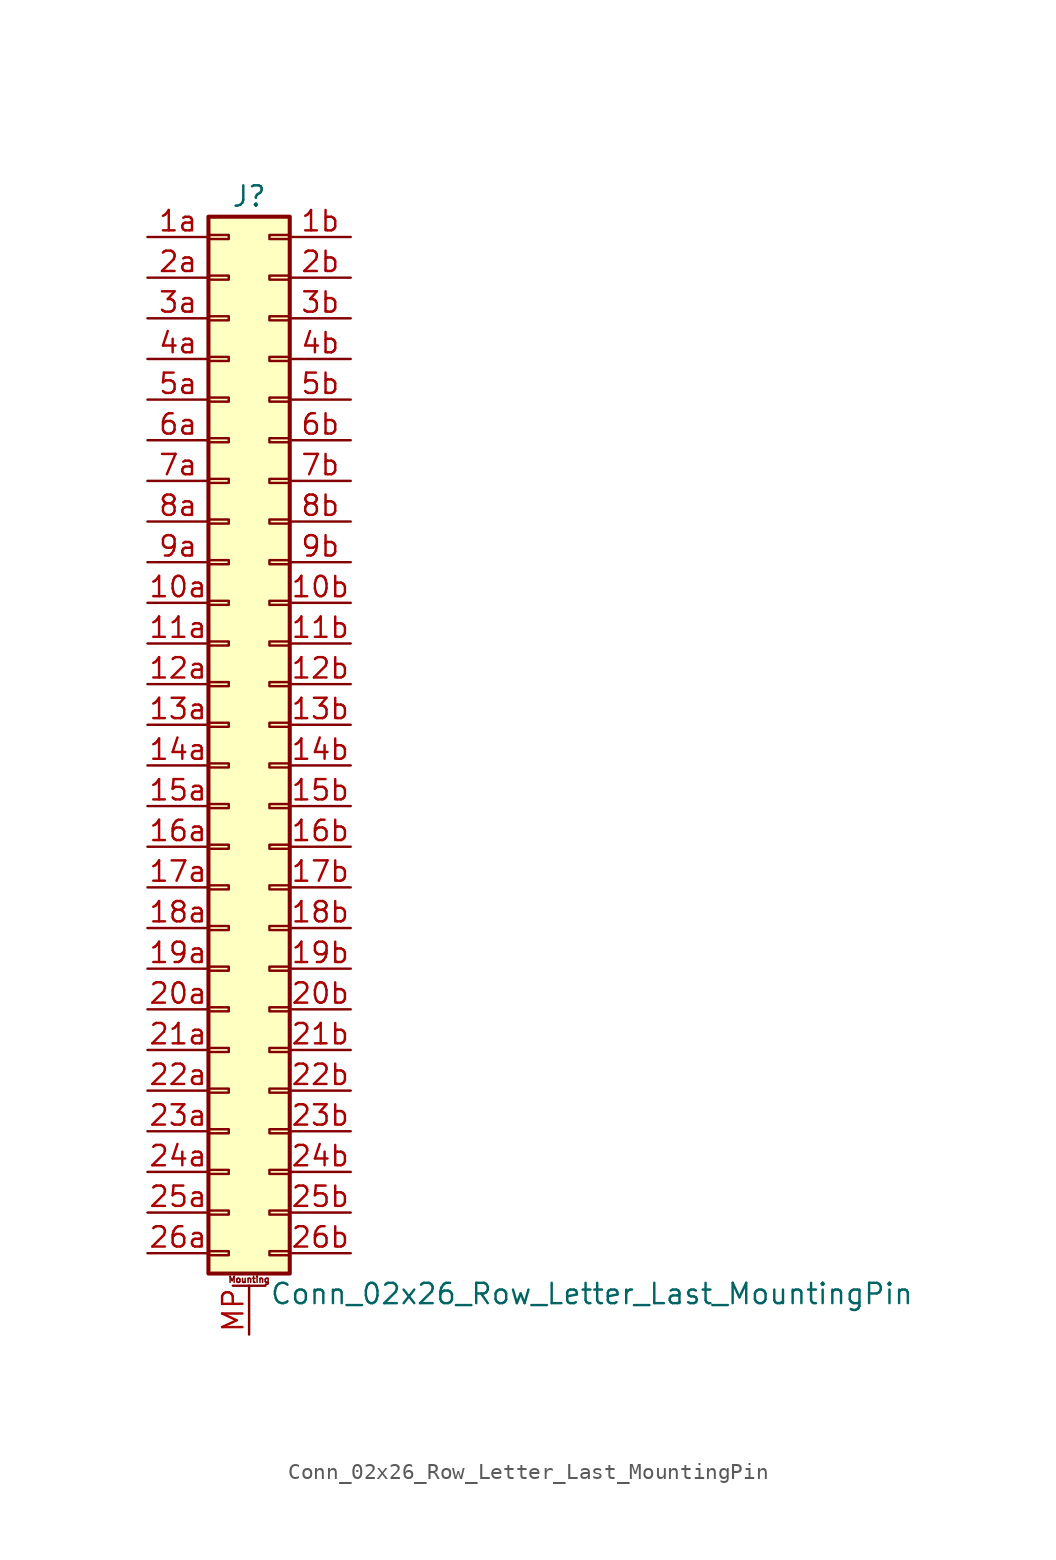
<source format=kicad_sym>
(kicad_symbol_lib
  (version 20211014)
  (generator kicad_symbol_editor)
  (symbol "Conn_02x26_Row_Letter_Last_MountingPin"
    (pin_names
      (offset 1.016) hide)
    (property "Reference" "J"
      (at 1.27 33.02 0)
      (effects (font (size 1.27 1.27))))
    (property "Value" "Conn_02x26_Row_Letter_Last_MountingPin"
      (at 2.54 -35.56 0)
      (effects (font (size 1.27 1.27)) (justify left)))
    (symbol "Conn_02x26_Row_Letter_Last_MountingPin_1_1"
      (rectangle (start -1.27 -32.893) (end 0 -33.147) (stroke (width 0.152) (type default) (color 0 0 0 0)) (fill (type none)))
      (rectangle (start -1.27 -30.353) (end 0 -30.607) (stroke (width 0.152) (type default) (color 0 0 0 0)) (fill (type none)))
      (rectangle (start -1.27 -27.813) (end 0 -28.067) (stroke (width 0.152) (type default) (color 0 0 0 0)) (fill (type none)))
      (rectangle (start -1.27 -25.273) (end 0 -25.527) (stroke (width 0.152) (type default) (color 0 0 0 0)) (fill (type none)))
      (rectangle (start -1.27 -22.733) (end 0 -22.987) (stroke (width 0.152) (type default) (color 0 0 0 0)) (fill (type none)))
      (rectangle (start -1.27 -20.193) (end 0 -20.447) (stroke (width 0.152) (type default) (color 0 0 0 0)) (fill (type none)))
      (rectangle (start -1.27 -17.653) (end 0 -17.907) (stroke (width 0.152) (type default) (color 0 0 0 0)) (fill (type none)))
      (rectangle (start -1.27 -15.113) (end 0 -15.367) (stroke (width 0.152) (type default) (color 0 0 0 0)) (fill (type none)))
      (rectangle (start -1.27 -12.573) (end 0 -12.827) (stroke (width 0.152) (type default) (color 0 0 0 0)) (fill (type none)))
      (rectangle (start -1.27 -10.033) (end 0 -10.287) (stroke (width 0.152) (type default) (color 0 0 0 0)) (fill (type none)))
      (rectangle (start -1.27 -7.493) (end 0 -7.747) (stroke (width 0.152) (type default) (color 0 0 0 0)) (fill (type none)))
      (rectangle (start -1.27 -4.953) (end 0 -5.207) (stroke (width 0.152) (type default) (color 0 0 0 0)) (fill (type none)))
      (rectangle (start -1.27 -2.413) (end 0 -2.667) (stroke (width 0.152) (type default) (color 0 0 0 0)) (fill (type none)))
      (rectangle (start -1.27 0.127) (end 0 -0.127) (stroke (width 0.152) (type default) (color 0 0 0 0)) (fill (type none)))
      (rectangle (start -1.27 2.667) (end 0 2.413) (stroke (width 0.152) (type default) (color 0 0 0 0)) (fill (type none)))
      (rectangle (start -1.27 5.207) (end 0 4.953) (stroke (width 0.152) (type default) (color 0 0 0 0)) (fill (type none)))
      (rectangle (start -1.27 7.747) (end 0 7.493) (stroke (width 0.152) (type default) (color 0 0 0 0)) (fill (type none)))
      (rectangle (start -1.27 10.287) (end 0 10.033) (stroke (width 0.152) (type default) (color 0 0 0 0)) (fill (type none)))
      (rectangle (start -1.27 12.827) (end 0 12.573) (stroke (width 0.152) (type default) (color 0 0 0 0)) (fill (type none)))
      (rectangle (start -1.27 15.367) (end 0 15.113) (stroke (width 0.152) (type default) (color 0 0 0 0)) (fill (type none)))
      (rectangle (start -1.27 17.907) (end 0 17.653) (stroke (width 0.152) (type default) (color 0 0 0 0)) (fill (type none)))
      (rectangle (start -1.27 20.447) (end 0 20.193) (stroke (width 0.152) (type default) (color 0 0 0 0)) (fill (type none)))
      (rectangle (start -1.27 22.987) (end 0 22.733) (stroke (width 0.152) (type default) (color 0 0 0 0)) (fill (type none)))
      (rectangle (start -1.27 25.527) (end 0 25.273) (stroke (width 0.152) (type default) (color 0 0 0 0)) (fill (type none)))
      (rectangle (start -1.27 28.067) (end 0 27.813) (stroke (width 0.152) (type default) (color 0 0 0 0)) (fill (type none)))
      (rectangle (start -1.27 30.607) (end 0 30.353) (stroke (width 0.152) (type default) (color 0 0 0 0)) (fill (type none)))
      (rectangle (start -1.27 31.75) (end 3.81 -34.29) (stroke (width 0.254) (type default) (color 0 0 0 0)) (fill (type background)))
      (polyline (pts (xy 0.254 -35.052) (xy 2.286 -35.052)) (stroke (width 0.152) (type default) (color 0 0 0 0)) (fill (type none)))
      (rectangle (start 3.81 -32.893) (end 2.54 -33.147) (stroke (width 0.152) (type default) (color 0 0 0 0)) (fill (type none)))
      (rectangle (start 3.81 -30.353) (end 2.54 -30.607) (stroke (width 0.152) (type default) (color 0 0 0 0)) (fill (type none)))
      (rectangle (start 3.81 -27.813) (end 2.54 -28.067) (stroke (width 0.152) (type default) (color 0 0 0 0)) (fill (type none)))
      (rectangle (start 3.81 -25.273) (end 2.54 -25.527) (stroke (width 0.152) (type default) (color 0 0 0 0)) (fill (type none)))
      (rectangle (start 3.81 -22.733) (end 2.54 -22.987) (stroke (width 0.152) (type default) (color 0 0 0 0)) (fill (type none)))
      (rectangle (start 3.81 -20.193) (end 2.54 -20.447) (stroke (width 0.152) (type default) (color 0 0 0 0)) (fill (type none)))
      (rectangle (start 3.81 -17.653) (end 2.54 -17.907) (stroke (width 0.152) (type default) (color 0 0 0 0)) (fill (type none)))
      (rectangle (start 3.81 -15.113) (end 2.54 -15.367) (stroke (width 0.152) (type default) (color 0 0 0 0)) (fill (type none)))
      (rectangle (start 3.81 -12.573) (end 2.54 -12.827) (stroke (width 0.152) (type default) (color 0 0 0 0)) (fill (type none)))
      (rectangle (start 3.81 -10.033) (end 2.54 -10.287) (stroke (width 0.152) (type default) (color 0 0 0 0)) (fill (type none)))
      (rectangle (start 3.81 -7.493) (end 2.54 -7.747) (stroke (width 0.152) (type default) (color 0 0 0 0)) (fill (type none)))
      (rectangle (start 3.81 -4.953) (end 2.54 -5.207) (stroke (width 0.152) (type default) (color 0 0 0 0)) (fill (type none)))
      (rectangle (start 3.81 -2.413) (end 2.54 -2.667) (stroke (width 0.152) (type default) (color 0 0 0 0)) (fill (type none)))
      (rectangle (start 3.81 0.127) (end 2.54 -0.127) (stroke (width 0.152) (type default) (color 0 0 0 0)) (fill (type none)))
      (rectangle (start 3.81 2.667) (end 2.54 2.413) (stroke (width 0.152) (type default) (color 0 0 0 0)) (fill (type none)))
      (rectangle (start 3.81 5.207) (end 2.54 4.953) (stroke (width 0.152) (type default) (color 0 0 0 0)) (fill (type none)))
      (rectangle (start 3.81 7.747) (end 2.54 7.493) (stroke (width 0.152) (type default) (color 0 0 0 0)) (fill (type none)))
      (rectangle (start 3.81 10.287) (end 2.54 10.033) (stroke (width 0.152) (type default) (color 0 0 0 0)) (fill (type none)))
      (rectangle (start 3.81 12.827) (end 2.54 12.573) (stroke (width 0.152) (type default) (color 0 0 0 0)) (fill (type none)))
      (rectangle (start 3.81 15.367) (end 2.54 15.113) (stroke (width 0.152) (type default) (color 0 0 0 0)) (fill (type none)))
      (rectangle (start 3.81 17.907) (end 2.54 17.653) (stroke (width 0.152) (type default) (color 0 0 0 0)) (fill (type none)))
      (rectangle (start 3.81 20.447) (end 2.54 20.193) (stroke (width 0.152) (type default) (color 0 0 0 0)) (fill (type none)))
      (rectangle (start 3.81 22.987) (end 2.54 22.733) (stroke (width 0.152) (type default) (color 0 0 0 0)) (fill (type none)))
      (rectangle (start 3.81 25.527) (end 2.54 25.273) (stroke (width 0.152) (type default) (color 0 0 0 0)) (fill (type none)))
      (rectangle (start 3.81 28.067) (end 2.54 27.813) (stroke (width 0.152) (type default) (color 0 0 0 0)) (fill (type none)))
      (rectangle (start 3.81 30.607) (end 2.54 30.353) (stroke (width 0.152) (type default) (color 0 0 0 0)) (fill (type none)))
      (text "Mounting" (at 1.27 -34.671 0) (effects (font (size 0.381 0.381))))
      (pin passive line (at -5.08 7.62 0) (length 3.81) (name "Pin_10a" (effects (font (size 1.27 1.27)))) (number "10a" (effects (font (size 1.27 1.27)))))
      (pin passive line (at 7.62 7.62 180) (length 3.81) (name "Pin_10b" (effects (font (size 1.27 1.27)))) (number "10b" (effects (font (size 1.27 1.27)))))
      (pin passive line (at -5.08 5.08 0) (length 3.81) (name "Pin_11a" (effects (font (size 1.27 1.27)))) (number "11a" (effects (font (size 1.27 1.27)))))
      (pin passive line (at 7.62 5.08 180) (length 3.81) (name "Pin_11b" (effects (font (size 1.27 1.27)))) (number "11b" (effects (font (size 1.27 1.27)))))
      (pin passive line (at -5.08 2.54 0) (length 3.81) (name "Pin_12a" (effects (font (size 1.27 1.27)))) (number "12a" (effects (font (size 1.27 1.27)))))
      (pin passive line (at 7.62 2.54 180) (length 3.81) (name "Pin_12b" (effects (font (size 1.27 1.27)))) (number "12b" (effects (font (size 1.27 1.27)))))
      (pin passive line (at -5.08 0 0) (length 3.81) (name "Pin_13a" (effects (font (size 1.27 1.27)))) (number "13a" (effects (font (size 1.27 1.27)))))
      (pin passive line (at 7.62 0 180) (length 3.81) (name "Pin_13b" (effects (font (size 1.27 1.27)))) (number "13b" (effects (font (size 1.27 1.27)))))
      (pin passive line (at -5.08 -2.54 0) (length 3.81) (name "Pin_14a" (effects (font (size 1.27 1.27)))) (number "14a" (effects (font (size 1.27 1.27)))))
      (pin passive line (at 7.62 -2.54 180) (length 3.81) (name "Pin_14b" (effects (font (size 1.27 1.27)))) (number "14b" (effects (font (size 1.27 1.27)))))
      (pin passive line (at -5.08 -5.08 0) (length 3.81) (name "Pin_15a" (effects (font (size 1.27 1.27)))) (number "15a" (effects (font (size 1.27 1.27)))))
      (pin passive line (at 7.62 -5.08 180) (length 3.81) (name "Pin_15b" (effects (font (size 1.27 1.27)))) (number "15b" (effects (font (size 1.27 1.27)))))
      (pin passive line (at -5.08 -7.62 0) (length 3.81) (name "Pin_16a" (effects (font (size 1.27 1.27)))) (number "16a" (effects (font (size 1.27 1.27)))))
      (pin passive line (at 7.62 -7.62 180) (length 3.81) (name "Pin_16b" (effects (font (size 1.27 1.27)))) (number "16b" (effects (font (size 1.27 1.27)))))
      (pin passive line (at -5.08 -10.16 0) (length 3.81) (name "Pin_17a" (effects (font (size 1.27 1.27)))) (number "17a" (effects (font (size 1.27 1.27)))))
      (pin passive line (at 7.62 -10.16 180) (length 3.81) (name "Pin_17b" (effects (font (size 1.27 1.27)))) (number "17b" (effects (font (size 1.27 1.27)))))
      (pin passive line (at -5.08 -12.7 0) (length 3.81) (name "Pin_18a" (effects (font (size 1.27 1.27)))) (number "18a" (effects (font (size 1.27 1.27)))))
      (pin passive line (at 7.62 -12.7 180) (length 3.81) (name "Pin_18b" (effects (font (size 1.27 1.27)))) (number "18b" (effects (font (size 1.27 1.27)))))
      (pin passive line (at -5.08 -15.24 0) (length 3.81) (name "Pin_19a" (effects (font (size 1.27 1.27)))) (number "19a" (effects (font (size 1.27 1.27)))))
      (pin passive line (at 7.62 -15.24 180) (length 3.81) (name "Pin_19b" (effects (font (size 1.27 1.27)))) (number "19b" (effects (font (size 1.27 1.27)))))
      (pin passive line (at -5.08 30.48 0) (length 3.81) (name "Pin_1a" (effects (font (size 1.27 1.27)))) (number "1a" (effects (font (size 1.27 1.27)))))
      (pin passive line (at 7.62 30.48 180) (length 3.81) (name "Pin_1b" (effects (font (size 1.27 1.27)))) (number "1b" (effects (font (size 1.27 1.27)))))
      (pin passive line (at -5.08 -17.78 0) (length 3.81) (name "Pin_20a" (effects (font (size 1.27 1.27)))) (number "20a" (effects (font (size 1.27 1.27)))))
      (pin passive line (at 7.62 -17.78 180) (length 3.81) (name "Pin_20b" (effects (font (size 1.27 1.27)))) (number "20b" (effects (font (size 1.27 1.27)))))
      (pin passive line (at -5.08 -20.32 0) (length 3.81) (name "Pin_21a" (effects (font (size 1.27 1.27)))) (number "21a" (effects (font (size 1.27 1.27)))))
      (pin passive line (at 7.62 -20.32 180) (length 3.81) (name "Pin_21b" (effects (font (size 1.27 1.27)))) (number "21b" (effects (font (size 1.27 1.27)))))
      (pin passive line (at -5.08 -22.86 0) (length 3.81) (name "Pin_22a" (effects (font (size 1.27 1.27)))) (number "22a" (effects (font (size 1.27 1.27)))))
      (pin passive line (at 7.62 -22.86 180) (length 3.81) (name "Pin_22b" (effects (font (size 1.27 1.27)))) (number "22b" (effects (font (size 1.27 1.27)))))
      (pin passive line (at -5.08 -25.4 0) (length 3.81) (name "Pin_23a" (effects (font (size 1.27 1.27)))) (number "23a" (effects (font (size 1.27 1.27)))))
      (pin passive line (at 7.62 -25.4 180) (length 3.81) (name "Pin_23b" (effects (font (size 1.27 1.27)))) (number "23b" (effects (font (size 1.27 1.27)))))
      (pin passive line (at -5.08 -27.94 0) (length 3.81) (name "Pin_24a" (effects (font (size 1.27 1.27)))) (number "24a" (effects (font (size 1.27 1.27)))))
      (pin passive line (at 7.62 -27.94 180) (length 3.81) (name "Pin_24b" (effects (font (size 1.27 1.27)))) (number "24b" (effects (font (size 1.27 1.27)))))
      (pin passive line (at -5.08 -30.48 0) (length 3.81) (name "Pin_25a" (effects (font (size 1.27 1.27)))) (number "25a" (effects (font (size 1.27 1.27)))))
      (pin passive line (at 7.62 -30.48 180) (length 3.81) (name "Pin_25b" (effects (font (size 1.27 1.27)))) (number "25b" (effects (font (size 1.27 1.27)))))
      (pin passive line (at -5.08 -33.02 0) (length 3.81) (name "Pin_26a" (effects (font (size 1.27 1.27)))) (number "26a" (effects (font (size 1.27 1.27)))))
      (pin passive line (at 7.62 -33.02 180) (length 3.81) (name "Pin_26b" (effects (font (size 1.27 1.27)))) (number "26b" (effects (font (size 1.27 1.27)))))
      (pin passive line (at -5.08 27.94 0) (length 3.81) (name "Pin_2a" (effects (font (size 1.27 1.27)))) (number "2a" (effects (font (size 1.27 1.27)))))
      (pin passive line (at 7.62 27.94 180) (length 3.81) (name "Pin_2b" (effects (font (size 1.27 1.27)))) (number "2b" (effects (font (size 1.27 1.27)))))
      (pin passive line (at -5.08 25.4 0) (length 3.81) (name "Pin_3a" (effects (font (size 1.27 1.27)))) (number "3a" (effects (font (size 1.27 1.27)))))
      (pin passive line (at 7.62 25.4 180) (length 3.81) (name "Pin_3b" (effects (font (size 1.27 1.27)))) (number "3b" (effects (font (size 1.27 1.27)))))
      (pin passive line (at -5.08 22.86 0) (length 3.81) (name "Pin_4a" (effects (font (size 1.27 1.27)))) (number "4a" (effects (font (size 1.27 1.27)))))
      (pin passive line (at 7.62 22.86 180) (length 3.81) (name "Pin_4b" (effects (font (size 1.27 1.27)))) (number "4b" (effects (font (size 1.27 1.27)))))
      (pin passive line (at -5.08 20.32 0) (length 3.81) (name "Pin_5a" (effects (font (size 1.27 1.27)))) (number "5a" (effects (font (size 1.27 1.27)))))
      (pin passive line (at 7.62 20.32 180) (length 3.81) (name "Pin_5b" (effects (font (size 1.27 1.27)))) (number "5b" (effects (font (size 1.27 1.27)))))
      (pin passive line (at -5.08 17.78 0) (length 3.81) (name "Pin_6a" (effects (font (size 1.27 1.27)))) (number "6a" (effects (font (size 1.27 1.27)))))
      (pin passive line (at 7.62 17.78 180) (length 3.81) (name "Pin_6b" (effects (font (size 1.27 1.27)))) (number "6b" (effects (font (size 1.27 1.27)))))
      (pin passive line (at -5.08 15.24 0) (length 3.81) (name "Pin_7a" (effects (font (size 1.27 1.27)))) (number "7a" (effects (font (size 1.27 1.27)))))
      (pin passive line (at 7.62 15.24 180) (length 3.81) (name "Pin_7b" (effects (font (size 1.27 1.27)))) (number "7b" (effects (font (size 1.27 1.27)))))
      (pin passive line (at -5.08 12.7 0) (length 3.81) (name "Pin_8a" (effects (font (size 1.27 1.27)))) (number "8a" (effects (font (size 1.27 1.27)))))
      (pin passive line (at 7.62 12.7 180) (length 3.81) (name "Pin_8b" (effects (font (size 1.27 1.27)))) (number "8b" (effects (font (size 1.27 1.27)))))
      (pin passive line (at -5.08 10.16 0) (length 3.81) (name "Pin_9a" (effects (font (size 1.27 1.27)))) (number "9a" (effects (font (size 1.27 1.27)))))
      (pin passive line (at 7.62 10.16 180) (length 3.81) (name "Pin_9b" (effects (font (size 1.27 1.27)))) (number "9b" (effects (font (size 1.27 1.27)))))
      (pin passive line (at 1.27 -38.1 90) (length 3.048) (name "MountPin" (effects (font (size 1.27 1.27)))) (number "MP" (effects (font (size 1.27 1.27))))))))
</source>
